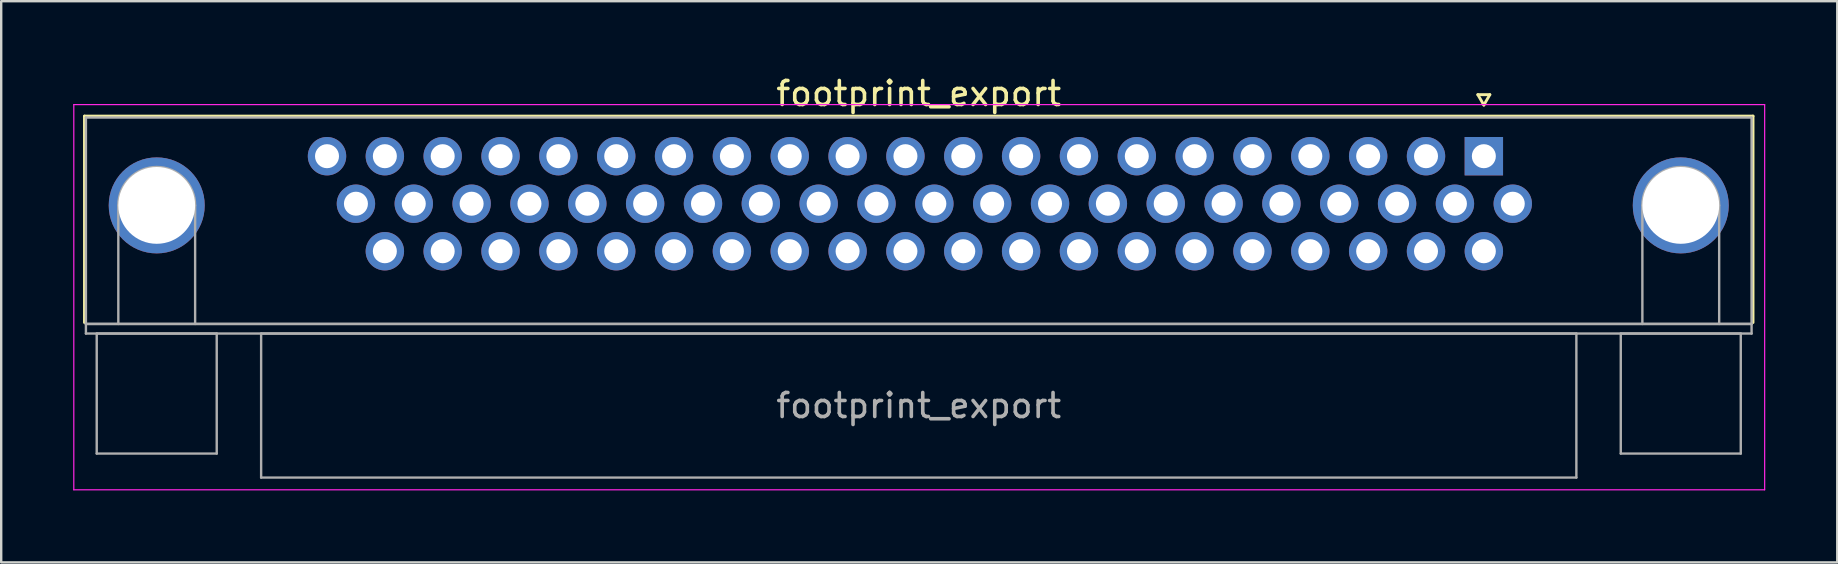
<source format=kicad_pcb>
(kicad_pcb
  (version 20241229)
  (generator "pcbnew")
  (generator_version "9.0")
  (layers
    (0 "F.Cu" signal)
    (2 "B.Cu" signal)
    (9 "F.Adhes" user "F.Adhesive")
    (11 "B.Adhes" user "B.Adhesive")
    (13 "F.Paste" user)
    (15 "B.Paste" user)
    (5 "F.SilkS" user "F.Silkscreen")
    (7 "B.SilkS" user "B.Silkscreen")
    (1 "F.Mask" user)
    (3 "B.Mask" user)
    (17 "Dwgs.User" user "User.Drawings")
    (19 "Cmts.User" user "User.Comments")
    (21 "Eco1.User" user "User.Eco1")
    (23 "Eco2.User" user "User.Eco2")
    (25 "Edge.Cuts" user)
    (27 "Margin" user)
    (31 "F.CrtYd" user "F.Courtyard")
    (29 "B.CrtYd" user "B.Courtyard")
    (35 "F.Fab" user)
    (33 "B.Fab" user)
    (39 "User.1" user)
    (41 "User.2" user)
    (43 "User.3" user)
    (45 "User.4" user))
  (footprint "footprint_export"
    (layer "F.Cu")
    (at 58.775 3.458)
    (property "Reference" "footprint_export" (at -23.545 -2.61 0) (layer "F.SilkS") (effects (font (size 1 1) (thickness 0.15))))
    (attr through_hole)
    (fp_line (start -58.305 -1.67) (end 11.215 -1.67) (stroke (width 0.12) (type solid)) (layer "F.SilkS"))
    (fp_line (start -58.305 6.93) (end -58.305 -1.67) (stroke (width 0.12) (type solid)) (layer "F.SilkS"))
    (fp_line (start -0.25 -2.564) (end 0.25 -2.564) (stroke (width 0.12) (type solid)) (layer "F.SilkS"))
    (fp_line (start 0 -2.131) (end -0.25 -2.564) (stroke (width 0.12) (type solid)) (layer "F.SilkS"))
    (fp_line (start 0.25 -2.564) (end 0 -2.131) (stroke (width 0.12) (type solid)) (layer "F.SilkS"))
    (fp_line (start 11.215 -1.67) (end 11.215 6.93) (stroke (width 0.12) (type solid)) (layer "F.SilkS"))
    (fp_line (start -58.75 -2.15) (end -58.75 13.9) (stroke (width 0.05) (type solid)) (layer "F.CrtYd"))
    (fp_line (start -58.75 13.9) (end 11.7 13.9) (stroke (width 0.05) (type solid)) (layer "F.CrtYd"))
    (fp_line (start 11.7 -2.15) (end -58.75 -2.15) (stroke (width 0.05) (type solid)) (layer "F.CrtYd"))
    (fp_line (start 11.7 13.9) (end 11.7 -2.15) (stroke (width 0.05) (type solid)) (layer "F.CrtYd"))
    (fp_line (start -58.245 -1.61) (end -58.245 6.99) (stroke (width 0.1) (type solid)) (layer "F.Fab"))
    (fp_line (start -58.245 6.99) (end -58.245 7.39) (stroke (width 0.1) (type solid)) (layer "F.Fab"))
    (fp_line (start -58.245 6.99) (end 11.155 6.99) (stroke (width 0.1) (type solid)) (layer "F.Fab"))
    (fp_line (start -58.245 7.39) (end 11.155 7.39) (stroke (width 0.1) (type solid)) (layer "F.Fab"))
    (fp_line (start -57.795 7.39) (end -57.795 12.39) (stroke (width 0.1) (type solid)) (layer "F.Fab"))
    (fp_line (start -57.795 12.39) (end -52.795 12.39) (stroke (width 0.1) (type solid)) (layer "F.Fab"))
    (fp_line (start -56.895 6.99) (end -56.895 2.05) (stroke (width 0.1) (type solid)) (layer "F.Fab"))
    (fp_line (start -53.695 6.99) (end -53.695 2.05) (stroke (width 0.1) (type solid)) (layer "F.Fab"))
    (fp_line (start -52.795 7.39) (end -57.795 7.39) (stroke (width 0.1) (type solid)) (layer "F.Fab"))
    (fp_line (start -52.795 12.39) (end -52.795 7.39) (stroke (width 0.1) (type solid)) (layer "F.Fab"))
    (fp_line (start -50.945 7.39) (end -50.945 13.39) (stroke (width 0.1) (type solid)) (layer "F.Fab"))
    (fp_line (start -50.945 13.39) (end 3.855 13.39) (stroke (width 0.1) (type solid)) (layer "F.Fab"))
    (fp_line (start 3.855 7.39) (end -50.945 7.39) (stroke (width 0.1) (type solid)) (layer "F.Fab"))
    (fp_line (start 3.855 13.39) (end 3.855 7.39) (stroke (width 0.1) (type solid)) (layer "F.Fab"))
    (fp_line (start 5.705 7.39) (end 5.705 12.39) (stroke (width 0.1) (type solid)) (layer "F.Fab"))
    (fp_line (start 5.705 12.39) (end 10.705 12.39) (stroke (width 0.1) (type solid)) (layer "F.Fab"))
    (fp_line (start 6.605 6.99) (end 6.605 2.05) (stroke (width 0.1) (type solid)) (layer "F.Fab"))
    (fp_line (start 9.805 6.99) (end 9.805 2.05) (stroke (width 0.1) (type solid)) (layer "F.Fab"))
    (fp_line (start 10.705 7.39) (end 5.705 7.39) (stroke (width 0.1) (type solid)) (layer "F.Fab"))
    (fp_line (start 10.705 12.39) (end 10.705 7.39) (stroke (width 0.1) (type solid)) (layer "F.Fab"))
    (fp_line (start 11.155 -1.61) (end -58.245 -1.61) (stroke (width 0.1) (type solid)) (layer "F.Fab"))
    (fp_line (start 11.155 6.99) (end -58.245 6.99) (stroke (width 0.1) (type solid)) (layer "F.Fab"))
    (fp_line (start 11.155 6.99) (end 11.155 -1.61) (stroke (width 0.1) (type solid)) (layer "F.Fab"))
    (fp_line (start 11.155 7.39) (end 11.155 6.99) (stroke (width 0.1) (type solid)) (layer "F.Fab"))
    (fp_arc (start -56.895 2.05) (mid -55.295 0.45) (end -53.695 2.05) (stroke (width 0.1) (type solid)) (layer "F.Fab"))
    (fp_arc (start 6.605 2.05) (mid 8.205 0.45) (end 9.805 2.05) (stroke (width 0.1) (type solid)) (layer "F.Fab"))
    (fp_text user "${REFERENCE}" (at -23.545 10.39 0) (layer "F.Fab") (effects (font (size 1 1) (thickness 0.15))))
    (pad "0" thru_hole circle (at -55.295 2.05) (size 4 4) (drill 3.2) (layers "*.Cu" "*.Mask"))
    (pad "0" thru_hole circle (at 8.205 2.05) (size 4 4) (drill 3.2) (layers "*.Cu" "*.Mask"))
    (pad "1" thru_hole rect (at 0 0) (size 1.6 1.6) (drill 1) (layers "*.Cu" "*.Mask"))
    (pad "2" thru_hole circle (at -2.41 0) (size 1.6 1.6) (drill 1) (layers "*.Cu" "*.Mask"))
    (pad "3" thru_hole circle (at -4.82 0) (size 1.6 1.6) (drill 1) (layers "*.Cu" "*.Mask"))
    (pad "4" thru_hole circle (at -7.23 0) (size 1.6 1.6) (drill 1) (layers "*.Cu" "*.Mask"))
    (pad "5" thru_hole circle (at -9.64 0) (size 1.6 1.6) (drill 1) (layers "*.Cu" "*.Mask"))
    (pad "6" thru_hole circle (at -12.05 0) (size 1.6 1.6) (drill 1) (layers "*.Cu" "*.Mask"))
    (pad "7" thru_hole circle (at -14.46 0) (size 1.6 1.6) (drill 1) (layers "*.Cu" "*.Mask"))
    (pad "8" thru_hole circle (at -16.87 0) (size 1.6 1.6) (drill 1) (layers "*.Cu" "*.Mask"))
    (pad "9" thru_hole circle (at -19.28 0) (size 1.6 1.6) (drill 1) (layers "*.Cu" "*.Mask"))
    (pad "10" thru_hole circle (at -21.69 0) (size 1.6 1.6) (drill 1) (layers "*.Cu" "*.Mask"))
    (pad "11" thru_hole circle (at -24.1 0) (size 1.6 1.6) (drill 1) (layers "*.Cu" "*.Mask"))
    (pad "12" thru_hole circle (at -26.51 0) (size 1.6 1.6) (drill 1) (layers "*.Cu" "*.Mask"))
    (pad "13" thru_hole circle (at -28.92 0) (size 1.6 1.6) (drill 1) (layers "*.Cu" "*.Mask"))
    (pad "14" thru_hole circle (at -31.33 0) (size 1.6 1.6) (drill 1) (layers "*.Cu" "*.Mask"))
    (pad "15" thru_hole circle (at -33.74 0) (size 1.6 1.6) (drill 1) (layers "*.Cu" "*.Mask"))
    (pad "16" thru_hole circle (at -36.15 0) (size 1.6 1.6) (drill 1) (layers "*.Cu" "*.Mask"))
    (pad "17" thru_hole circle (at -38.56 0) (size 1.6 1.6) (drill 1) (layers "*.Cu" "*.Mask"))
    (pad "18" thru_hole circle (at -40.97 0) (size 1.6 1.6) (drill 1) (layers "*.Cu" "*.Mask"))
    (pad "19" thru_hole circle (at -43.38 0) (size 1.6 1.6) (drill 1) (layers "*.Cu" "*.Mask"))
    (pad "20" thru_hole circle (at -45.79 0) (size 1.6 1.6) (drill 1) (layers "*.Cu" "*.Mask"))
    (pad "21" thru_hole circle (at -48.2 0) (size 1.6 1.6) (drill 1) (layers "*.Cu" "*.Mask"))
    (pad "22" thru_hole circle (at 1.205 1.98) (size 1.6 1.6) (drill 1) (layers "*.Cu" "*.Mask"))
    (pad "23" thru_hole circle (at -1.205 1.98) (size 1.6 1.6) (drill 1) (layers "*.Cu" "*.Mask"))
    (pad "24" thru_hole circle (at -3.615 1.98) (size 1.6 1.6) (drill 1) (layers "*.Cu" "*.Mask"))
    (pad "25" thru_hole circle (at -6.025 1.98) (size 1.6 1.6) (drill 1) (layers "*.Cu" "*.Mask"))
    (pad "26" thru_hole circle (at -8.435 1.98) (size 1.6 1.6) (drill 1) (layers "*.Cu" "*.Mask"))
    (pad "27" thru_hole circle (at -10.845 1.98) (size 1.6 1.6) (drill 1) (layers "*.Cu" "*.Mask"))
    (pad "28" thru_hole circle (at -13.255 1.98) (size 1.6 1.6) (drill 1) (layers "*.Cu" "*.Mask"))
    (pad "29" thru_hole circle (at -15.665 1.98) (size 1.6 1.6) (drill 1) (layers "*.Cu" "*.Mask"))
    (pad "30" thru_hole circle (at -18.075 1.98) (size 1.6 1.6) (drill 1) (layers "*.Cu" "*.Mask"))
    (pad "31" thru_hole circle (at -20.485 1.98) (size 1.6 1.6) (drill 1) (layers "*.Cu" "*.Mask"))
    (pad "32" thru_hole circle (at -22.895 1.98) (size 1.6 1.6) (drill 1) (layers "*.Cu" "*.Mask"))
    (pad "33" thru_hole circle (at -25.305 1.98) (size 1.6 1.6) (drill 1) (layers "*.Cu" "*.Mask"))
    (pad "34" thru_hole circle (at -27.715 1.98) (size 1.6 1.6) (drill 1) (layers "*.Cu" "*.Mask"))
    (pad "35" thru_hole circle (at -30.125 1.98) (size 1.6 1.6) (drill 1) (layers "*.Cu" "*.Mask"))
    (pad "36" thru_hole circle (at -32.535 1.98) (size 1.6 1.6) (drill 1) (layers "*.Cu" "*.Mask"))
    (pad "37" thru_hole circle (at -34.945 1.98) (size 1.6 1.6) (drill 1) (layers "*.Cu" "*.Mask"))
    (pad "38" thru_hole circle (at -37.355 1.98) (size 1.6 1.6) (drill 1) (layers "*.Cu" "*.Mask"))
    (pad "39" thru_hole circle (at -39.765 1.98) (size 1.6 1.6) (drill 1) (layers "*.Cu" "*.Mask"))
    (pad "40" thru_hole circle (at -42.175 1.98) (size 1.6 1.6) (drill 1) (layers "*.Cu" "*.Mask"))
    (pad "41" thru_hole circle (at -44.585 1.98) (size 1.6 1.6) (drill 1) (layers "*.Cu" "*.Mask"))
    (pad "42" thru_hole circle (at -46.995 1.98) (size 1.6 1.6) (drill 1) (layers "*.Cu" "*.Mask"))
    (pad "43" thru_hole circle (at 0 3.96) (size 1.6 1.6) (drill 1) (layers "*.Cu" "*.Mask"))
    (pad "44" thru_hole circle (at -2.41 3.96) (size 1.6 1.6) (drill 1) (layers "*.Cu" "*.Mask"))
    (pad "45" thru_hole circle (at -4.82 3.96) (size 1.6 1.6) (drill 1) (layers "*.Cu" "*.Mask"))
    (pad "46" thru_hole circle (at -7.23 3.96) (size 1.6 1.6) (drill 1) (layers "*.Cu" "*.Mask"))
    (pad "47" thru_hole circle (at -9.64 3.96) (size 1.6 1.6) (drill 1) (layers "*.Cu" "*.Mask"))
    (pad "48" thru_hole circle (at -12.05 3.96) (size 1.6 1.6) (drill 1) (layers "*.Cu" "*.Mask"))
    (pad "49" thru_hole circle (at -14.46 3.96) (size 1.6 1.6) (drill 1) (layers "*.Cu" "*.Mask"))
    (pad "50" thru_hole circle (at -16.87 3.96) (size 1.6 1.6) (drill 1) (layers "*.Cu" "*.Mask"))
    (pad "51" thru_hole circle (at -19.28 3.96) (size 1.6 1.6) (drill 1) (layers "*.Cu" "*.Mask"))
    (pad "52" thru_hole circle (at -21.69 3.96) (size 1.6 1.6) (drill 1) (layers "*.Cu" "*.Mask"))
    (pad "53" thru_hole circle (at -24.1 3.96) (size 1.6 1.6) (drill 1) (layers "*.Cu" "*.Mask"))
    (pad "54" thru_hole circle (at -26.51 3.96) (size 1.6 1.6) (drill 1) (layers "*.Cu" "*.Mask"))
    (pad "55" thru_hole circle (at -28.92 3.96) (size 1.6 1.6) (drill 1) (layers "*.Cu" "*.Mask"))
    (pad "56" thru_hole circle (at -31.33 3.96) (size 1.6 1.6) (drill 1) (layers "*.Cu" "*.Mask"))
    (pad "57" thru_hole circle (at -33.74 3.96) (size 1.6 1.6) (drill 1) (layers "*.Cu" "*.Mask"))
    (pad "58" thru_hole circle (at -36.15 3.96) (size 1.6 1.6) (drill 1) (layers "*.Cu" "*.Mask"))
    (pad "59" thru_hole circle (at -38.56 3.96) (size 1.6 1.6) (drill 1) (layers "*.Cu" "*.Mask"))
    (pad "60" thru_hole circle (at -40.97 3.96) (size 1.6 1.6) (drill 1) (layers "*.Cu" "*.Mask"))
    (pad "61" thru_hole circle (at -43.38 3.96) (size 1.6 1.6) (drill 1) (layers "*.Cu" "*.Mask"))
    (pad "62" thru_hole circle (at -45.79 3.96) (size 1.6 1.6) (drill 1) (layers "*.Cu" "*.Mask")))
  (gr_rect
    (start -3 -3)
    (end 73.5 20.383)
    (stroke (width 0.1) (type default))
    (fill no)
    (layer "Edge.Cuts")))
</source>
